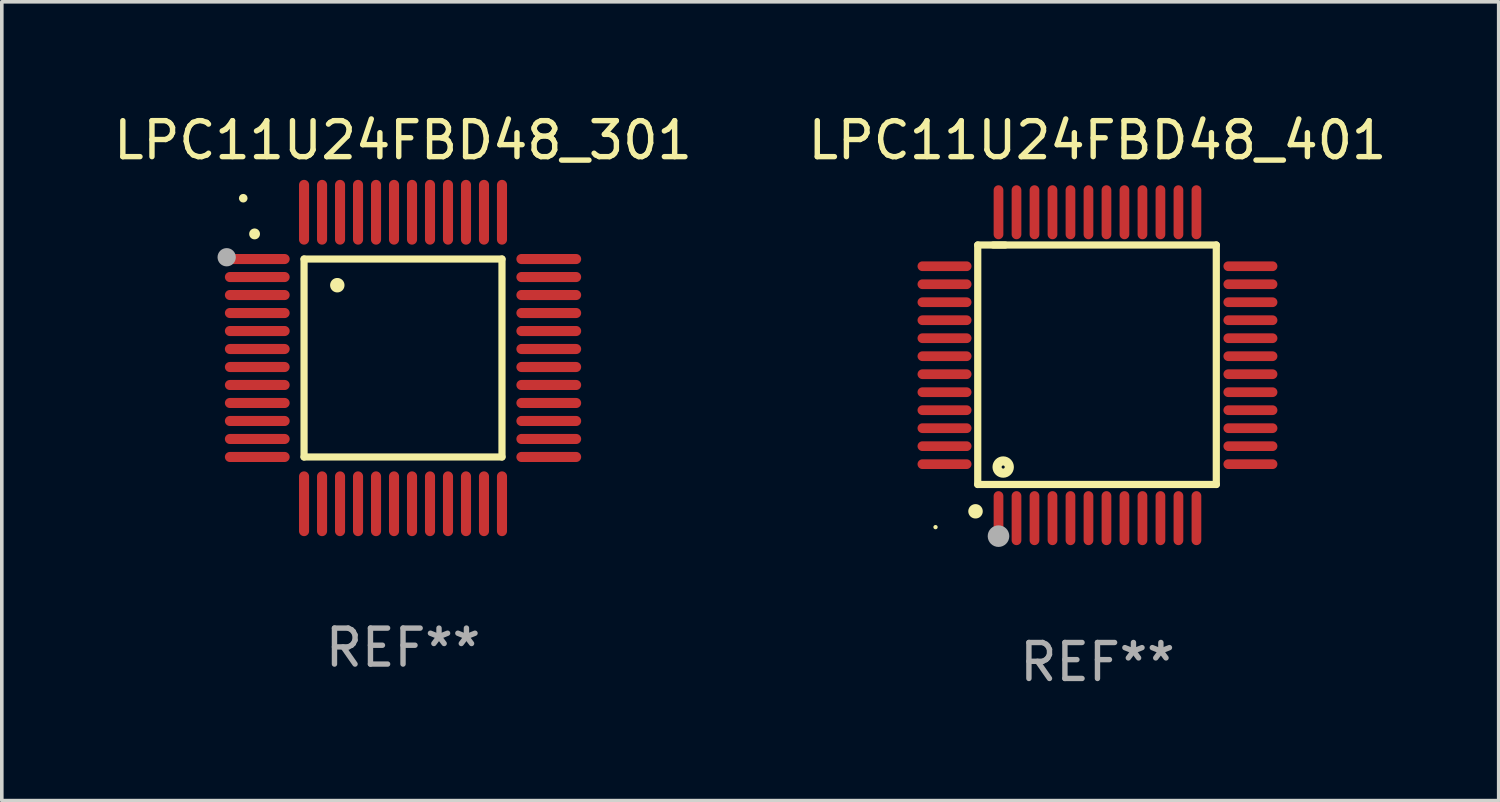
<source format=kicad_pcb>
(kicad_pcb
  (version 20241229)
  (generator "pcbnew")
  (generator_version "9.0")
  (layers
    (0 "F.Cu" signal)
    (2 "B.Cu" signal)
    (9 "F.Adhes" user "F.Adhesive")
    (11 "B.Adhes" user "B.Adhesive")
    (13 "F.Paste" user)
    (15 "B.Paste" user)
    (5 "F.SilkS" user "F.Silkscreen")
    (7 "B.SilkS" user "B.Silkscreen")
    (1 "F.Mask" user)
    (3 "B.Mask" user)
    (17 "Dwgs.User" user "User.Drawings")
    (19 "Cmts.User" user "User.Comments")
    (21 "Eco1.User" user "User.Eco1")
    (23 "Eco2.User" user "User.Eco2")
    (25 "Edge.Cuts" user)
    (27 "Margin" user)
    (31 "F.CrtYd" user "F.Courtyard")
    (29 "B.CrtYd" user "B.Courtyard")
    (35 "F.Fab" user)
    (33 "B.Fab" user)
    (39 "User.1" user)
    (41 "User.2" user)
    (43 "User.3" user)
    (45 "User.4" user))
  (footprint "LPC11U24FBD48_301"
    (layer "F.Cu")
    (at 8.149 6.898)
    (property "Reference" "LPC11U24FBD48_301" (at 0 -6.05 0) (layer "F.SilkS") (effects (font (size 1 1) (thickness 0.15))))
    (attr through_hole)
    (fp_line (start -2.75 -2.75) (end 2.75 -2.75) (stroke (width 0.2) (type solid)) (layer "F.SilkS"))
    (fp_line (start -2.75 2.75) (end -2.75 -2.75) (stroke (width 0.2) (type solid)) (layer "F.SilkS"))
    (fp_line (start 2.75 -2.75) (end 2.75 2.75) (stroke (width 0.2) (type solid)) (layer "F.SilkS"))
    (fp_line (start 2.75 2.75) (end -2.75 2.75) (stroke (width 0.2) (type solid)) (layer "F.SilkS"))
    (fp_arc (start -4.124968 -3.446787) (mid -4.124973 -3.448057) (end -4.124968 -3.449327) (stroke (width 0.3) (type solid)) (layer "F.SilkS"))
    (fp_arc (start -1.826264 -2.021844) (mid -1.826268 -2.023114) (end -1.826264 -2.024384) (stroke (width 0.4) (type solid)) (layer "F.SilkS"))
    (fp_circle (center -4.44 -4.44) (end -4.38 -4.44) (stroke (width 0.12) (type solid)) (fill no) (layer "F.SilkS"))
    (fp_circle (center -4.9 -2.8) (end -4.773 -2.8) (stroke (width 0.254) (type solid)) (fill no) (layer "F.Fab"))
    (fp_text user "REF**" (at 0 8.05 0) (layer "F.Fab") (effects (font (size 1 1) (thickness 0.15))))
    (pad "1" smd oval (at -4.05 -2.75 90) (size 0.28 1.8) (layers "F.Cu" "F.Mask" "F.Paste"))
    (pad "2" smd oval (at -4.05 -2.25 90) (size 0.28 1.8) (layers "F.Cu" "F.Mask" "F.Paste"))
    (pad "3" smd oval (at -4.05 -1.75 90) (size 0.28 1.8) (layers "F.Cu" "F.Mask" "F.Paste"))
    (pad "4" smd oval (at -4.05 -1.25 90) (size 0.28 1.8) (layers "F.Cu" "F.Mask" "F.Paste"))
    (pad "5" smd oval (at -4.05 -0.75 90) (size 0.28 1.8) (layers "F.Cu" "F.Mask" "F.Paste"))
    (pad "6" smd oval (at -4.05 -0.25 90) (size 0.28 1.8) (layers "F.Cu" "F.Mask" "F.Paste"))
    (pad "7" smd oval (at -4.05 0.25 90) (size 0.28 1.8) (layers "F.Cu" "F.Mask" "F.Paste"))
    (pad "8" smd oval (at -4.05 0.75 90) (size 0.28 1.8) (layers "F.Cu" "F.Mask" "F.Paste"))
    (pad "9" smd oval (at -4.05 1.25 90) (size 0.28 1.8) (layers "F.Cu" "F.Mask" "F.Paste"))
    (pad "10" smd oval (at -4.05 1.75 90) (size 0.28 1.8) (layers "F.Cu" "F.Mask" "F.Paste"))
    (pad "11" smd oval (at -4.05 2.25 90) (size 0.28 1.8) (layers "F.Cu" "F.Mask" "F.Paste"))
    (pad "12" smd oval (at -4.05 2.75 90) (size 0.28 1.8) (layers "F.Cu" "F.Mask" "F.Paste"))
    (pad "13" smd oval (at -2.75 4.05) (size 0.28 1.8) (layers "F.Cu" "F.Mask" "F.Paste"))
    (pad "14" smd oval (at -2.25 4.05) (size 0.28 1.8) (layers "F.Cu" "F.Mask" "F.Paste"))
    (pad "15" smd oval (at -1.75 4.05) (size 0.28 1.8) (layers "F.Cu" "F.Mask" "F.Paste"))
    (pad "16" smd oval (at -1.25 4.05) (size 0.28 1.8) (layers "F.Cu" "F.Mask" "F.Paste"))
    (pad "17" smd oval (at -0.75 4.05) (size 0.28 1.8) (layers "F.Cu" "F.Mask" "F.Paste"))
    (pad "18" smd oval (at -0.25 4.05) (size 0.28 1.8) (layers "F.Cu" "F.Mask" "F.Paste"))
    (pad "19" smd oval (at 0.25 4.05) (size 0.28 1.8) (layers "F.Cu" "F.Mask" "F.Paste"))
    (pad "20" smd oval (at 0.75 4.05) (size 0.28 1.8) (layers "F.Cu" "F.Mask" "F.Paste"))
    (pad "21" smd oval (at 1.25 4.05) (size 0.28 1.8) (layers "F.Cu" "F.Mask" "F.Paste"))
    (pad "22" smd oval (at 1.75 4.05) (size 0.28 1.8) (layers "F.Cu" "F.Mask" "F.Paste"))
    (pad "23" smd oval (at 2.25 4.05) (size 0.28 1.8) (layers "F.Cu" "F.Mask" "F.Paste"))
    (pad "24" smd oval (at 2.75 4.05) (size 0.28 1.8) (layers "F.Cu" "F.Mask" "F.Paste"))
    (pad "25" smd oval (at 4.05 2.75 90) (size 0.28 1.8) (layers "F.Cu" "F.Mask" "F.Paste"))
    (pad "26" smd oval (at 4.05 2.25 90) (size 0.28 1.8) (layers "F.Cu" "F.Mask" "F.Paste"))
    (pad "27" smd oval (at 4.05 1.75 90) (size 0.28 1.8) (layers "F.Cu" "F.Mask" "F.Paste"))
    (pad "28" smd oval (at 4.05 1.25 90) (size 0.28 1.8) (layers "F.Cu" "F.Mask" "F.Paste"))
    (pad "29" smd oval (at 4.05 0.75 90) (size 0.28 1.8) (layers "F.Cu" "F.Mask" "F.Paste"))
    (pad "30" smd oval (at 4.05 0.25 90) (size 0.28 1.8) (layers "F.Cu" "F.Mask" "F.Paste"))
    (pad "31" smd oval (at 4.05 -0.25 90) (size 0.28 1.8) (layers "F.Cu" "F.Mask" "F.Paste"))
    (pad "32" smd oval (at 4.05 -0.75 90) (size 0.28 1.8) (layers "F.Cu" "F.Mask" "F.Paste"))
    (pad "33" smd oval (at 4.05 -1.25 90) (size 0.28 1.8) (layers "F.Cu" "F.Mask" "F.Paste"))
    (pad "34" smd oval (at 4.05 -1.75 90) (size 0.28 1.8) (layers "F.Cu" "F.Mask" "F.Paste"))
    (pad "35" smd oval (at 4.05 -2.25 90) (size 0.28 1.8) (layers "F.Cu" "F.Mask" "F.Paste"))
    (pad "36" smd oval (at 4.05 -2.75 90) (size 0.28 1.8) (layers "F.Cu" "F.Mask" "F.Paste"))
    (pad "37" smd oval (at 2.75 -4.05) (size 0.28 1.8) (layers "F.Cu" "F.Mask" "F.Paste"))
    (pad "38" smd oval (at 2.25 -4.05) (size 0.28 1.8) (layers "F.Cu" "F.Mask" "F.Paste"))
    (pad "39" smd oval (at 1.75 -4.05) (size 0.28 1.8) (layers "F.Cu" "F.Mask" "F.Paste"))
    (pad "40" smd oval (at 1.25 -4.05) (size 0.28 1.8) (layers "F.Cu" "F.Mask" "F.Paste"))
    (pad "41" smd oval (at 0.75 -4.05) (size 0.28 1.8) (layers "F.Cu" "F.Mask" "F.Paste"))
    (pad "42" smd oval (at 0.25 -4.05) (size 0.28 1.8) (layers "F.Cu" "F.Mask" "F.Paste"))
    (pad "43" smd oval (at -0.25 -4.05) (size 0.28 1.8) (layers "F.Cu" "F.Mask" "F.Paste"))
    (pad "44" smd oval (at -0.75 -4.05) (size 0.28 1.8) (layers "F.Cu" "F.Mask" "F.Paste"))
    (pad "45" smd oval (at -1.25 -4.05) (size 0.28 1.8) (layers "F.Cu" "F.Mask" "F.Paste"))
    (pad "46" smd oval (at -1.75 -4.05) (size 0.28 1.8) (layers "F.Cu" "F.Mask" "F.Paste"))
    (pad "47" smd oval (at -2.25 -4.05) (size 0.28 1.8) (layers "F.Cu" "F.Mask" "F.Paste"))
    (pad "48" smd oval (at -2.75 -4.05) (size 0.28 1.8) (layers "F.Cu" "F.Mask" "F.Paste")))
  (footprint "LPC11U24FBD48_401"
    (layer "F.Cu")
    (at 27.446 7.098)
    (property "Reference" "LPC11U24FBD48_401" (at 0 -6.25 0) (layer "F.SilkS") (effects (font (size 1 1) (thickness 0.15))))
    (attr through_hole)
    (fp_line (start -3.327 -3.34) (end -2.565 -3.34) (stroke (width 0.2) (type solid)) (layer "F.SilkS"))
    (fp_line (start -3.327 3.315) (end -3.327 -3.34) (stroke (width 0.2) (type solid)) (layer "F.SilkS"))
    (fp_line (start -2.896 -3.34) (end 3.302 -3.34) (stroke (width 0.2) (type solid)) (layer "F.SilkS"))
    (fp_line (start 3.302 -3.34) (end 3.302 3.315) (stroke (width 0.2) (type solid)) (layer "F.SilkS"))
    (fp_line (start 3.302 3.315) (end -3.327 3.315) (stroke (width 0.2) (type solid)) (layer "F.SilkS"))
    (fp_arc (start -3.389992 4.059995) (mid -3.388722 4.059991) (end -3.387452 4.059995) (stroke (width 0.4) (type solid)) (layer "F.SilkS"))
    (fp_circle (center -4.5 4.5) (end -4.47 4.5) (stroke (width 0.06) (type solid)) (fill no) (layer "F.SilkS"))
    (fp_circle (center -2.62 2.83) (end -2.45 2.83) (stroke (width 0.254) (type solid)) (fill no) (layer "F.SilkS"))
    (fp_circle (center -2.75 4.75) (end -2.6 4.75) (stroke (width 0.3) (type solid)) (fill no) (layer "F.Fab"))
    (fp_text user "REF**" (at 0 8.25 0) (layer "F.Fab") (effects (font (size 1 1) (thickness 0.15))))
    (pad "1" smd oval (at -2.75 4.25) (size 0.27 1.5) (layers "F.Cu" "F.Mask" "F.Paste"))
    (pad "2" smd oval (at -2.25 4.25) (size 0.27 1.5) (layers "F.Cu" "F.Mask" "F.Paste"))
    (pad "3" smd oval (at -1.75 4.25) (size 0.27 1.5) (layers "F.Cu" "F.Mask" "F.Paste"))
    (pad "4" smd oval (at -1.25 4.25) (size 0.27 1.5) (layers "F.Cu" "F.Mask" "F.Paste"))
    (pad "5" smd oval (at -0.75 4.25) (size 0.27 1.5) (layers "F.Cu" "F.Mask" "F.Paste"))
    (pad "6" smd oval (at -0.25 4.25) (size 0.27 1.5) (layers "F.Cu" "F.Mask" "F.Paste"))
    (pad "7" smd oval (at 0.25 4.25) (size 0.27 1.5) (layers "F.Cu" "F.Mask" "F.Paste"))
    (pad "8" smd oval (at 0.75 4.25) (size 0.27 1.5) (layers "F.Cu" "F.Mask" "F.Paste"))
    (pad "9" smd oval (at 1.25 4.25) (size 0.27 1.5) (layers "F.Cu" "F.Mask" "F.Paste"))
    (pad "10" smd oval (at 1.75 4.25) (size 0.27 1.5) (layers "F.Cu" "F.Mask" "F.Paste"))
    (pad "11" smd oval (at 2.25 4.25) (size 0.27 1.5) (layers "F.Cu" "F.Mask" "F.Paste"))
    (pad "12" smd oval (at 2.75 4.25) (size 0.27 1.5) (layers "F.Cu" "F.Mask" "F.Paste"))
    (pad "13" smd oval (at 4.25 2.75) (size 1.5 0.27) (layers "F.Cu" "F.Mask" "F.Paste"))
    (pad "14" smd oval (at 4.25 2.25) (size 1.5 0.27) (layers "F.Cu" "F.Mask" "F.Paste"))
    (pad "15" smd oval (at 4.25 1.75) (size 1.5 0.27) (layers "F.Cu" "F.Mask" "F.Paste"))
    (pad "16" smd oval (at 4.25 1.25) (size 1.5 0.27) (layers "F.Cu" "F.Mask" "F.Paste"))
    (pad "17" smd oval (at 4.25 0.75) (size 1.5 0.27) (layers "F.Cu" "F.Mask" "F.Paste"))
    (pad "18" smd oval (at 4.25 0.25) (size 1.5 0.27) (layers "F.Cu" "F.Mask" "F.Paste"))
    (pad "19" smd oval (at 4.25 -0.25) (size 1.5 0.27) (layers "F.Cu" "F.Mask" "F.Paste"))
    (pad "20" smd oval (at 4.25 -0.75) (size 1.5 0.27) (layers "F.Cu" "F.Mask" "F.Paste"))
    (pad "21" smd oval (at 4.25 -1.25) (size 1.5 0.27) (layers "F.Cu" "F.Mask" "F.Paste"))
    (pad "22" smd oval (at 4.25 -1.75) (size 1.5 0.27) (layers "F.Cu" "F.Mask" "F.Paste"))
    (pad "23" smd oval (at 4.25 -2.25) (size 1.5 0.27) (layers "F.Cu" "F.Mask" "F.Paste"))
    (pad "24" smd oval (at 4.25 -2.75) (size 1.5 0.27) (layers "F.Cu" "F.Mask" "F.Paste"))
    (pad "25" smd oval (at 2.75 -4.25) (size 0.27 1.5) (layers "F.Cu" "F.Mask" "F.Paste"))
    (pad "26" smd oval (at 2.25 -4.25) (size 0.27 1.5) (layers "F.Cu" "F.Mask" "F.Paste"))
    (pad "27" smd oval (at 1.75 -4.25) (size 0.27 1.5) (layers "F.Cu" "F.Mask" "F.Paste"))
    (pad "28" smd oval (at 1.25 -4.25) (size 0.27 1.5) (layers "F.Cu" "F.Mask" "F.Paste"))
    (pad "29" smd oval (at 0.75 -4.25) (size 0.27 1.5) (layers "F.Cu" "F.Mask" "F.Paste"))
    (pad "30" smd oval (at 0.25 -4.25) (size 0.27 1.5) (layers "F.Cu" "F.Mask" "F.Paste"))
    (pad "31" smd oval (at -0.25 -4.25) (size 0.27 1.5) (layers "F.Cu" "F.Mask" "F.Paste"))
    (pad "32" smd oval (at -0.75 -4.25) (size 0.27 1.5) (layers "F.Cu" "F.Mask" "F.Paste"))
    (pad "33" smd oval (at -1.25 -4.25) (size 0.27 1.5) (layers "F.Cu" "F.Mask" "F.Paste"))
    (pad "34" smd oval (at -1.75 -4.25) (size 0.27 1.5) (layers "F.Cu" "F.Mask" "F.Paste"))
    (pad "35" smd oval (at -2.25 -4.25) (size 0.27 1.5) (layers "F.Cu" "F.Mask" "F.Paste"))
    (pad "36" smd oval (at -2.75 -4.25) (size 0.27 1.5) (layers "F.Cu" "F.Mask" "F.Paste"))
    (pad "37" smd oval (at -4.25 -2.75) (size 1.5 0.27) (layers "F.Cu" "F.Mask" "F.Paste"))
    (pad "38" smd oval (at -4.25 -2.25) (size 1.5 0.27) (layers "F.Cu" "F.Mask" "F.Paste"))
    (pad "39" smd oval (at -4.25 -1.75) (size 1.5 0.27) (layers "F.Cu" "F.Mask" "F.Paste"))
    (pad "40" smd oval (at -4.25 -1.25) (size 1.5 0.27) (layers "F.Cu" "F.Mask" "F.Paste"))
    (pad "41" smd oval (at -4.25 -0.75) (size 1.5 0.27) (layers "F.Cu" "F.Mask" "F.Paste"))
    (pad "42" smd oval (at -4.25 -0.25) (size 1.5 0.27) (layers "F.Cu" "F.Mask" "F.Paste"))
    (pad "43" smd oval (at -4.25 0.25) (size 1.5 0.27) (layers "F.Cu" "F.Mask" "F.Paste"))
    (pad "44" smd oval (at -4.25 0.75) (size 1.5 0.27) (layers "F.Cu" "F.Mask" "F.Paste"))
    (pad "45" smd oval (at -4.25 1.25) (size 1.5 0.27) (layers "F.Cu" "F.Mask" "F.Paste"))
    (pad "46" smd oval (at -4.25 1.75) (size 1.5 0.27) (layers "F.Cu" "F.Mask" "F.Paste"))
    (pad "47" smd oval (at -4.25 2.25) (size 1.5 0.27) (layers "F.Cu" "F.Mask" "F.Paste"))
    (pad "48" smd oval (at -4.25 2.75) (size 1.5 0.27) (layers "F.Cu" "F.Mask" "F.Paste")))
  (gr_rect
    (start -3 -3)
    (end 38.595 19.196)
    (stroke (width 0.1) (type default))
    (fill no)
    (layer "Edge.Cuts")))
</source>
